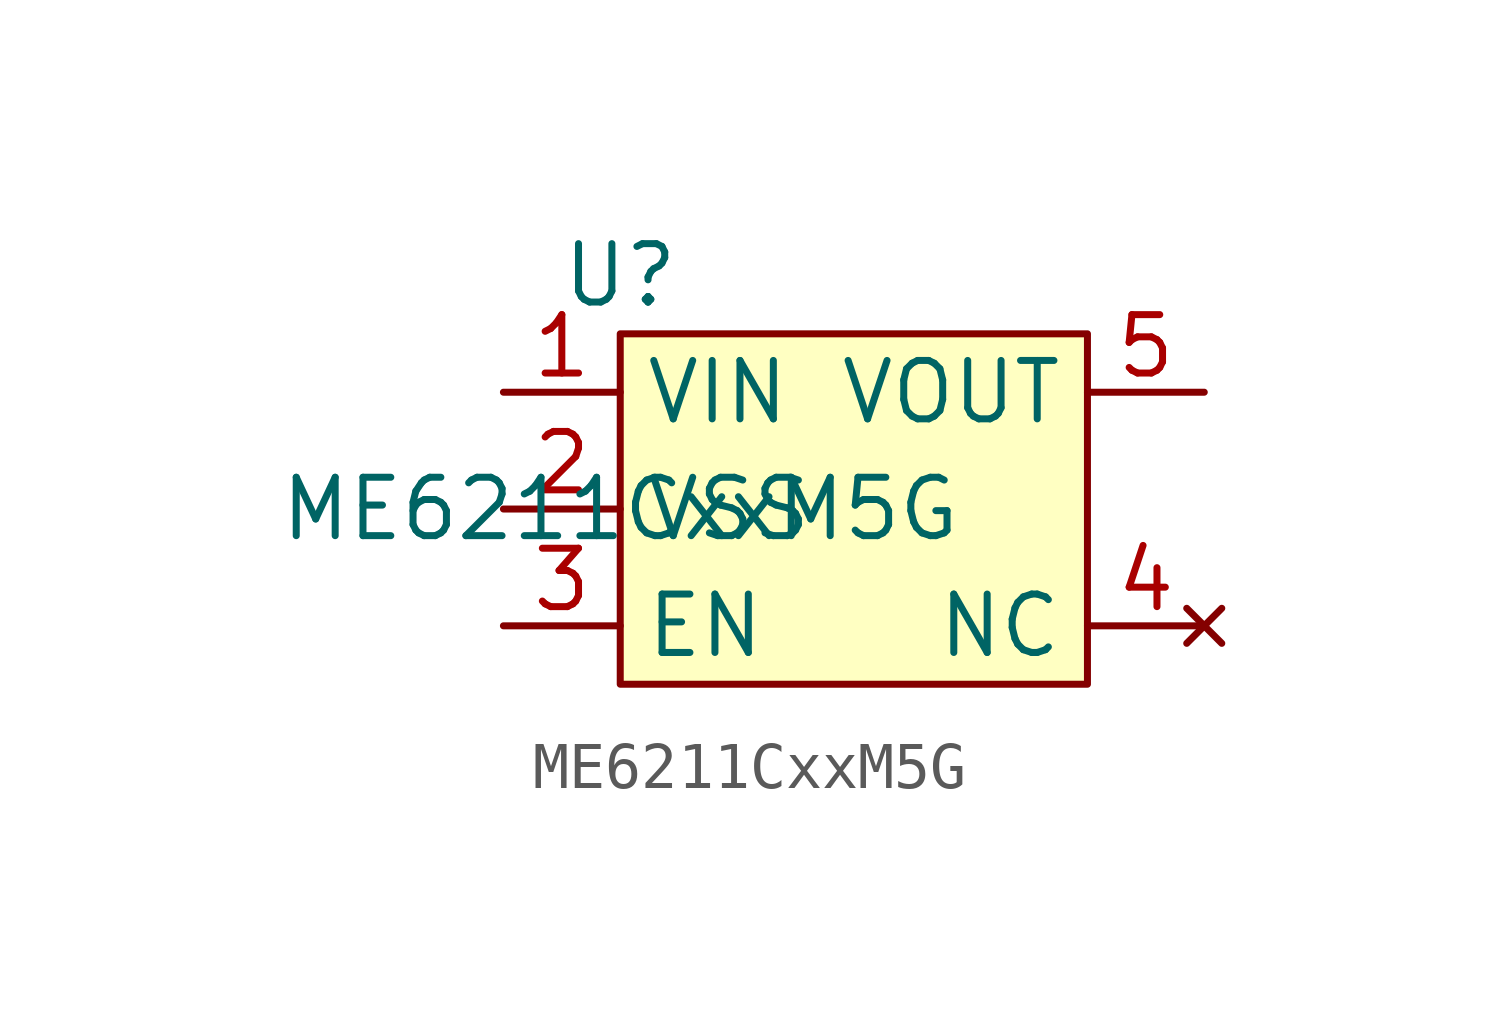
<source format=kicad_sym>
(kicad_symbol_lib
  (version 20220914)
  (generator kicad_symbol_editor)
  (symbol "ME6211CxxM5G"
    (property "Reference" "U"
      (at -5.08 5.08 0)
      (effects (font (size 1.27 1.27))))
    (property "Value" "ME6211CxxM5G"
      (at -5.08 0 0)
      (effects (font (size 1.27 1.27))))
    (symbol "ME6211CxxM5G_1_1"
      (rectangle (start -5.08 3.81) (end 5.08 -3.81) (stroke (width 0) (type default)) (fill (type background)))
      (pin power_in line (at -7.62 2.54 0) (length 2.54) (name "VIN" (effects (font (size 1.27 1.27)))) (number "1" (effects (font (size 1.27 1.27)))))
      (pin power_in line (at -7.62 0 0) (length 2.54) (name "VSS" (effects (font (size 1.27 1.27)))) (number "2" (effects (font (size 1.27 1.27)))))
      (pin bidirectional line (at -7.62 -2.54 0) (length 2.54) (name "EN" (effects (font (size 1.27 1.27)))) (number "3" (effects (font (size 1.27 1.27)))))
      (pin no_connect line (at 7.62 -2.54 180) (length 2.54) (name "NC" (effects (font (size 1.27 1.27)))) (number "4" (effects (font (size 1.27 1.27)))))
      (pin power_out line (at 7.62 2.54 180) (length 2.54) (name "VOUT" (effects (font (size 1.27 1.27)))) (number "5" (effects (font (size 1.27 1.27))))))))
</source>
